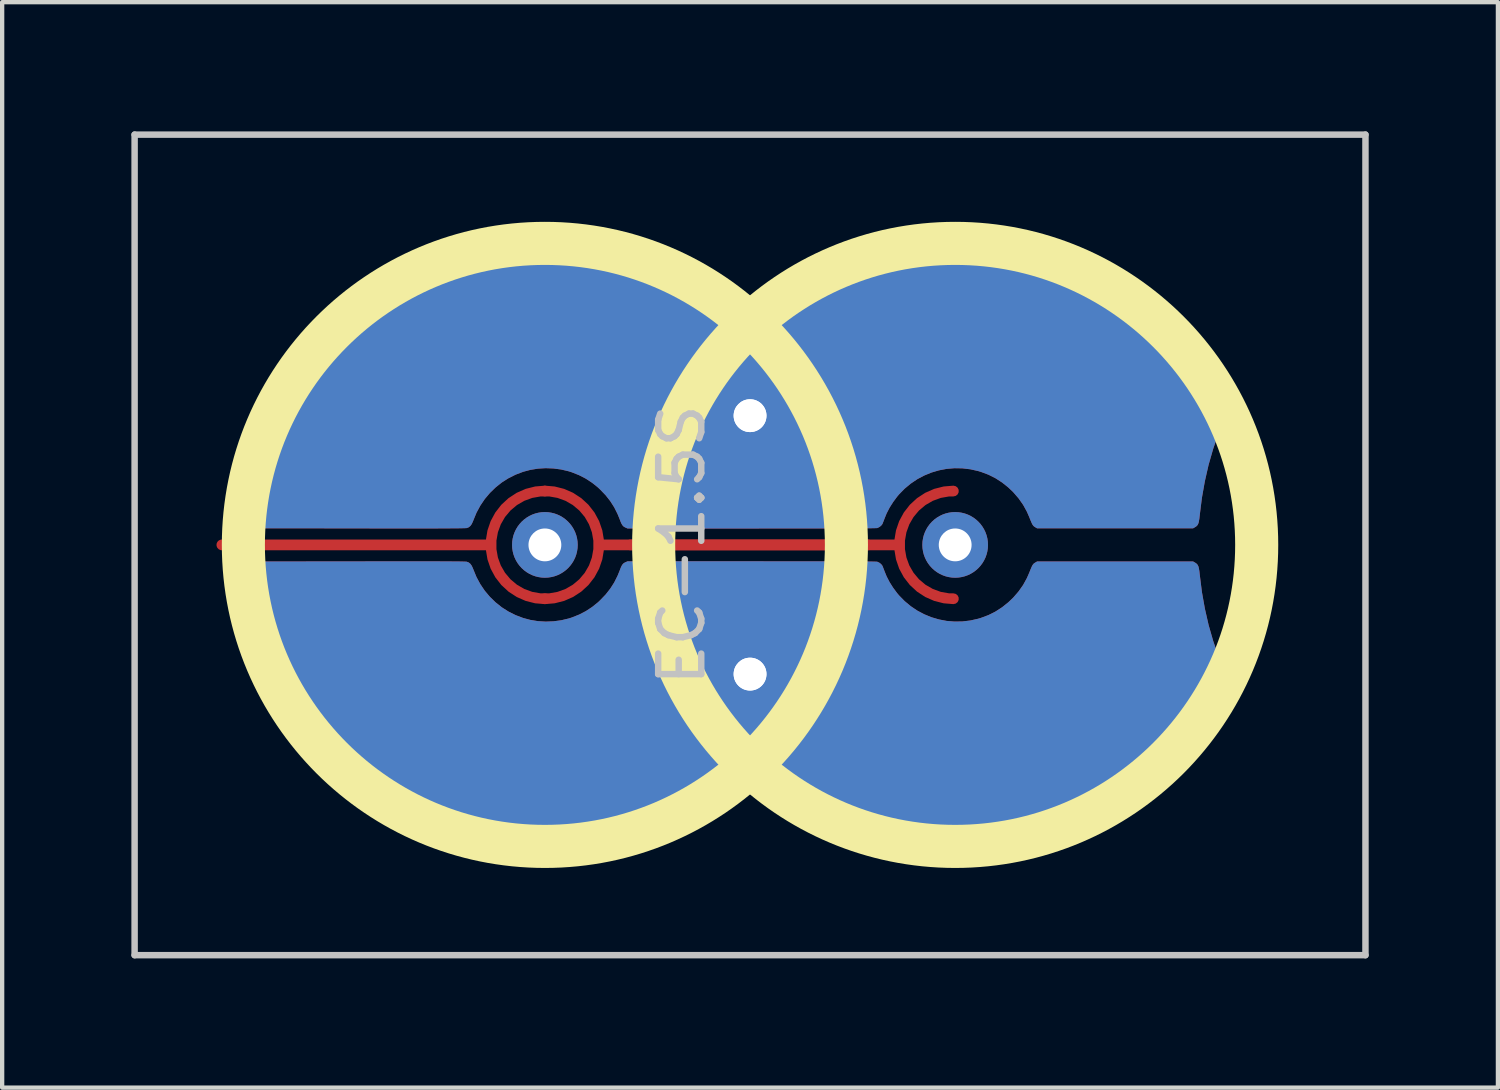
<source format=kicad_pcb>
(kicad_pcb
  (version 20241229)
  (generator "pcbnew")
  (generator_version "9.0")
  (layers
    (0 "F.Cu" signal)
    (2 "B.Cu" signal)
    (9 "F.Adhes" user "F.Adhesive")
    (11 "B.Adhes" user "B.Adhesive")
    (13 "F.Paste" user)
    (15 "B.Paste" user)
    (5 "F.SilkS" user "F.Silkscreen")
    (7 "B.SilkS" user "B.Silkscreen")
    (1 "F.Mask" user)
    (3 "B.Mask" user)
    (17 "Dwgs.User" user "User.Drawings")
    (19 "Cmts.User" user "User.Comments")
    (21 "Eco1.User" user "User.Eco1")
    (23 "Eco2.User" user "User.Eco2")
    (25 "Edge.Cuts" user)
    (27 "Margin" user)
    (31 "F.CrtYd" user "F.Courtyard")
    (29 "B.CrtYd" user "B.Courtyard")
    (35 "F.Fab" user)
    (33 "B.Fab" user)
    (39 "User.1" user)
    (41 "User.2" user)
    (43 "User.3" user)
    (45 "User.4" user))
  (footprint "EC-1.5S"
    (layer "F.Cu")
    (at 9.6 9.6)
    (property "Reference" "EC-1.5S" (at 3.175 0 90) (layer "Dwgs.User") (effects (font (size 1 1) (thickness 0.15))))
    (attr through_hole)
    (fp_circle (center 0 0) (end 7 0) (stroke (width 1) (type solid)) (fill no) (layer "F.SilkS"))
    (fp_circle (center 9.525 0) (end 16.525 0) (stroke (width 1) (type solid)) (fill no) (layer "F.SilkS"))
    (fp_line (start -9.525 -9.525) (end 19.05 -9.525) (stroke (width 0.15) (type solid)) (layer "Dwgs.User"))
    (fp_line (start -9.525 9.525) (end -9.525 -9.525) (stroke (width 0.15) (type solid)) (layer "Dwgs.User"))
    (fp_line (start 19.05 -9.525) (end 19.05 9.525) (stroke (width 0.15) (type solid)) (layer "Dwgs.User"))
    (fp_line (start 19.05 9.525) (end -9.525 9.525) (stroke (width 0.15) (type solid)) (layer "Dwgs.User"))
    (pad "" thru_hole circle (at 0 0 90) (size 1.524 1.524) (drill 0.762) (layers "*.Cu" "B.Mask"))
    (pad "" thru_hole circle (at 9.525 0 90) (size 1.524 1.524) (drill 0.762) (layers "*.Cu" "B.Mask"))
    (pad "1" thru_hole circle (at 4.763 -3 90) (size 1.524 1.524) (drill 0.762) (layers "*.Cu" "B.Mask"))
    (pad "1" thru_hole custom (at 4.763 -3) (size 1.524 1.524) (drill 0.762) (layers "F.Cu") (options (anchor circle)) (primitives (gr_poly (pts (xy 0.345 2.619) (xy 0.631 2.619) (xy 0.898 2.619) (xy 1.146 2.619) (xy 1.376 2.619) (xy 1.589 2.619) (xy 1.784 2.618) (xy 1.962 2.618) (xy 2.124 2.618) (xy 2.27 2.617) (xy 2.401 2.617) (xy 2.516 2.616) (xy 2.617 2.615) (xy 2.704 2.615) (xy 2.778 2.614) (xy 2.838 2.613) (xy 2.885 2.612) (xy 2.92 2.611) (xy 2.943 2.61) (xy 2.955 2.609) (xy 2.956 2.608) (xy 3.002 2.586) (xy 3.042 2.555) (xy 3.07 2.52) (xy 3.071 2.519) (xy 3.081 2.496) (xy 3.095 2.46) (xy 3.111 2.419) (xy 3.117 2.402) (xy 3.17 2.271) (xy 3.239 2.137) (xy 3.321 2.007) (xy 3.412 1.884) (xy 3.458 1.829) (xy 3.589 1.695) (xy 3.731 1.577) (xy 3.884 1.474) (xy 4.045 1.389) (xy 4.213 1.32) (xy 4.387 1.269) (xy 4.565 1.235) (xy 4.747 1.22) (xy 4.93 1.223) (xy 5.114 1.245) (xy 5.296 1.286) (xy 5.362 1.306) (xy 5.535 1.371) (xy 5.698 1.453) (xy 5.851 1.552) (xy 5.996 1.668) (xy 6.108 1.775) (xy 6.232 1.918) (xy 6.339 2.07) (xy 6.427 2.23) (xy 6.483 2.359) (xy 6.509 2.425) (xy 6.531 2.476) (xy 6.548 2.514) (xy 6.565 2.541) (xy 6.581 2.561) (xy 6.599 2.576) (xy 6.616 2.587) (xy 6.663 2.615) (xy 10.286 2.615) (xy 10.329 2.59) (xy 10.357 2.572) (xy 10.38 2.551) (xy 10.397 2.526) (xy 10.411 2.493) (xy 10.421 2.449) (xy 10.431 2.391) (xy 10.439 2.318) (xy 10.442 2.292) (xy 10.491 1.902) (xy 10.559 1.52) (xy 10.645 1.143) (xy 10.751 0.774) (xy 10.875 0.412) (xy 10.977 0.153) (xy 11.007 0.078) (xy 11.031 0.02) (xy 11.047 -0.027) (xy 11.056 -0.065) (xy 11.058 -0.097) (xy 11.055 -0.127) (xy 11.045 -0.157) (xy 11.029 -0.191) (xy 11.01 -0.229) (xy 10.83 -0.552) (xy 10.634 -0.864) (xy 10.422 -1.164) (xy 10.195 -1.453) (xy 9.954 -1.728) (xy 9.698 -1.991) (xy 9.43 -2.239) (xy 9.148 -2.474) (xy 8.855 -2.694) (xy 8.549 -2.898) (xy 8.234 -3.086) (xy 7.907 -3.259) (xy 7.572 -3.414) (xy 7.227 -3.551) (xy 7.098 -3.598) (xy 6.783 -3.699) (xy 6.464 -3.784) (xy 6.139 -3.855) (xy 5.807 -3.91) (xy 5.463 -3.952) (xy 5.297 -3.967) (xy 5.229 -3.971) (xy 5.144 -3.974) (xy 5.048 -3.977) (xy 4.943 -3.978) (xy 4.833 -3.979) (xy 4.722 -3.979) (xy 4.614 -3.977) (xy 4.514 -3.975) (xy 4.423 -3.972) (xy 4.348 -3.969) (xy 4.326 -3.967) (xy 3.945 -3.929) (xy 3.57 -3.871) (xy 3.202 -3.795) (xy 2.841 -3.7) (xy 2.487 -3.586) (xy 2.14 -3.454) (xy 1.8 -3.303) (xy 1.469 -3.134) (xy 1.145 -2.947) (xy 0.829 -2.741) (xy 0.688 -2.641) (xy 0.63 -2.598) (xy 0.562 -2.546) (xy 0.489 -2.489) (xy 0.416 -2.431) (xy 0.345 -2.374) (xy 0.283 -2.322) (xy 0.233 -2.28) (xy 0.177 -2.235) (xy 0.129 -2.205) (xy 0.084 -2.189) (xy 0.042 -2.184) (xy 0.015 -2.186) (xy -0.011 -2.192) (xy -0.038 -2.204) (xy -0.071 -2.224) (xy -0.11 -2.253) (xy -0.16 -2.293) (xy -0.198 -2.325) (xy -0.49 -2.559) (xy -0.793 -2.776) (xy -1.105 -2.976) (xy -1.426 -3.158) (xy -1.755 -3.323) (xy -2.092 -3.47) (xy -2.435 -3.599) (xy -2.785 -3.71) (xy -3.14 -3.803) (xy -3.5 -3.876) (xy -3.864 -3.931) (xy -4.231 -3.966) (xy -4.601 -3.982) (xy -4.973 -3.979) (xy -5.064 -3.975) (xy -5.435 -3.946) (xy -5.803 -3.899) (xy -6.165 -3.832) (xy -6.522 -3.747) (xy -6.872 -3.644) (xy -7.216 -3.522) (xy -7.553 -3.383) (xy -7.882 -3.228) (xy -8.201 -3.055) (xy -8.512 -2.866) (xy -8.813 -2.661) (xy -9.102 -2.44) (xy -9.381 -2.204) (xy -9.648 -1.953) (xy -9.902 -1.687) (xy -10.143 -1.408) (xy -10.37 -1.114) (xy -10.552 -0.853) (xy -10.749 -0.539) (xy -10.929 -0.215) (xy -11.091 0.118) (xy -11.235 0.46) (xy -11.362 0.809) (xy -11.469 1.165) (xy -11.559 1.529) (xy -11.629 1.898) (xy -11.667 2.154) (xy -11.678 2.244) (xy -11.685 2.316) (xy -11.689 2.373) (xy -11.69 2.419) (xy -11.687 2.455) (xy -11.681 2.484) (xy -11.671 2.508) (xy -11.665 2.52) (xy -11.631 2.562) (xy -11.595 2.59) (xy -11.551 2.615) (xy -9.084 2.617) (xy -8.809 2.618) (xy -8.553 2.618) (xy -8.315 2.618) (xy -8.096 2.618) (xy -7.894 2.618) (xy -7.71 2.618) (xy -7.541 2.618) (xy -7.389 2.618) (xy -7.252 2.618) (xy -7.129 2.617) (xy -7.021 2.617) (xy -6.925 2.616) (xy -6.843 2.615) (xy -6.773 2.615) (xy -6.714 2.614) (xy -6.666 2.613) (xy -6.629 2.612) (xy -6.602 2.611) (xy -6.583 2.61) (xy -6.573 2.608) (xy -6.573 2.608) (xy -6.529 2.59) (xy -6.492 2.559) (xy -6.46 2.514) (xy -6.432 2.452) (xy -6.423 2.429) (xy -6.351 2.254) (xy -6.262 2.089) (xy -6.158 1.935) (xy -6.039 1.794) (xy -5.907 1.666) (xy -5.763 1.551) (xy -5.607 1.452) (xy -5.441 1.369) (xy -5.267 1.303) (xy -5.102 1.259) (xy -4.926 1.23) (xy -4.746 1.219) (xy -4.564 1.226) (xy -4.385 1.25) (xy -4.212 1.291) (xy -4.14 1.314) (xy -3.969 1.382) (xy -3.812 1.463) (xy -3.666 1.559) (xy -3.528 1.67) (xy -3.479 1.717) (xy -3.353 1.848) (xy -3.246 1.984) (xy -3.154 2.128) (xy -3.076 2.284) (xy -3.029 2.399) (xy -3.006 2.461) (xy -2.986 2.506) (xy -2.967 2.538) (xy -2.948 2.562) (xy -2.926 2.58) (xy -2.898 2.595) (xy -2.896 2.596) (xy -2.844 2.619) (xy 0.039 2.62) (xy 0.345 2.619)) (width 0) (fill yes))))
    (pad "2" thru_hole circle (at 4.763 3 90) (size 1.524 1.524) (drill 0.762) (layers "*.Cu" "B.Mask"))
    (pad "2" thru_hole custom (at 4.763 3) (size 1.524 1.524) (drill 0.762) (layers "F.Cu") (options (anchor circle)) (primitives (gr_poly (pts (xy 0.345 -2.619) (xy 0.631 -2.619) (xy 0.898 -2.619) (xy 1.146 -2.619) (xy 1.376 -2.619) (xy 1.589 -2.619) (xy 1.784 -2.618) (xy 1.962 -2.618) (xy 2.124 -2.618) (xy 2.27 -2.617) (xy 2.401 -2.617) (xy 2.516 -2.616) (xy 2.617 -2.615) (xy 2.704 -2.615) (xy 2.778 -2.614) (xy 2.838 -2.613) (xy 2.885 -2.612) (xy 2.92 -2.611) (xy 2.943 -2.61) (xy 2.955 -2.609) (xy 2.956 -2.608) (xy 3.002 -2.586) (xy 3.042 -2.555) (xy 3.07 -2.52) (xy 3.071 -2.519) (xy 3.081 -2.496) (xy 3.095 -2.46) (xy 3.111 -2.419) (xy 3.117 -2.402) (xy 3.17 -2.271) (xy 3.239 -2.137) (xy 3.321 -2.007) (xy 3.412 -1.884) (xy 3.458 -1.829) (xy 3.589 -1.695) (xy 3.731 -1.577) (xy 3.884 -1.474) (xy 4.045 -1.389) (xy 4.213 -1.32) (xy 4.387 -1.269) (xy 4.565 -1.235) (xy 4.747 -1.22) (xy 4.93 -1.223) (xy 5.114 -1.245) (xy 5.296 -1.286) (xy 5.362 -1.306) (xy 5.535 -1.371) (xy 5.698 -1.453) (xy 5.851 -1.552) (xy 5.996 -1.668) (xy 6.108 -1.775) (xy 6.232 -1.918) (xy 6.339 -2.07) (xy 6.427 -2.23) (xy 6.483 -2.359) (xy 6.509 -2.425) (xy 6.531 -2.476) (xy 6.548 -2.514) (xy 6.565 -2.541) (xy 6.581 -2.561) (xy 6.599 -2.576) (xy 6.616 -2.587) (xy 6.663 -2.615) (xy 10.286 -2.615) (xy 10.329 -2.59) (xy 10.357 -2.572) (xy 10.38 -2.551) (xy 10.397 -2.526) (xy 10.411 -2.493) (xy 10.421 -2.449) (xy 10.431 -2.391) (xy 10.439 -2.318) (xy 10.442 -2.292) (xy 10.491 -1.902) (xy 10.559 -1.52) (xy 10.645 -1.143) (xy 10.751 -0.774) (xy 10.875 -0.412) (xy 10.977 -0.153) (xy 11.007 -0.078) (xy 11.031 -0.02) (xy 11.047 0.027) (xy 11.056 0.065) (xy 11.058 0.097) (xy 11.055 0.127) (xy 11.045 0.157) (xy 11.029 0.191) (xy 11.01 0.229) (xy 10.83 0.552) (xy 10.634 0.864) (xy 10.422 1.164) (xy 10.195 1.453) (xy 9.954 1.728) (xy 9.698 1.991) (xy 9.43 2.239) (xy 9.148 2.474) (xy 8.855 2.694) (xy 8.549 2.898) (xy 8.234 3.086) (xy 7.907 3.259) (xy 7.572 3.414) (xy 7.227 3.551) (xy 7.098 3.598) (xy 6.783 3.699) (xy 6.464 3.784) (xy 6.139 3.855) (xy 5.807 3.91) (xy 5.463 3.952) (xy 5.297 3.967) (xy 5.229 3.971) (xy 5.144 3.974) (xy 5.048 3.977) (xy 4.943 3.978) (xy 4.833 3.979) (xy 4.722 3.979) (xy 4.614 3.977) (xy 4.514 3.975) (xy 4.423 3.972) (xy 4.348 3.969) (xy 4.326 3.967) (xy 3.945 3.929) (xy 3.57 3.871) (xy 3.202 3.795) (xy 2.841 3.7) (xy 2.487 3.586) (xy 2.14 3.454) (xy 1.8 3.303) (xy 1.469 3.134) (xy 1.145 2.947) (xy 0.829 2.741) (xy 0.688 2.641) (xy 0.63 2.598) (xy 0.562 2.546) (xy 0.489 2.489) (xy 0.416 2.431) (xy 0.345 2.374) (xy 0.283 2.322) (xy 0.233 2.28) (xy 0.177 2.235) (xy 0.129 2.205) (xy 0.084 2.189) (xy 0.042 2.184) (xy 0.015 2.186) (xy -0.011 2.192) (xy -0.038 2.204) (xy -0.071 2.224) (xy -0.11 2.253) (xy -0.16 2.293) (xy -0.198 2.325) (xy -0.49 2.559) (xy -0.793 2.776) (xy -1.105 2.976) (xy -1.426 3.158) (xy -1.755 3.323) (xy -2.092 3.47) (xy -2.435 3.599) (xy -2.785 3.71) (xy -3.14 3.803) (xy -3.5 3.876) (xy -3.864 3.931) (xy -4.231 3.966) (xy -4.601 3.982) (xy -4.973 3.979) (xy -5.064 3.975) (xy -5.435 3.946) (xy -5.803 3.899) (xy -6.165 3.832) (xy -6.522 3.747) (xy -6.872 3.644) (xy -7.216 3.522) (xy -7.553 3.383) (xy -7.882 3.228) (xy -8.201 3.055) (xy -8.512 2.866) (xy -8.813 2.661) (xy -9.102 2.44) (xy -9.381 2.204) (xy -9.648 1.953) (xy -9.902 1.687) (xy -10.143 1.408) (xy -10.37 1.114) (xy -10.552 0.853) (xy -10.749 0.539) (xy -10.929 0.215) (xy -11.091 -0.118) (xy -11.235 -0.46) (xy -11.362 -0.809) (xy -11.469 -1.165) (xy -11.559 -1.529) (xy -11.629 -1.898) (xy -11.667 -2.154) (xy -11.678 -2.244) (xy -11.685 -2.316) (xy -11.689 -2.373) (xy -11.69 -2.419) (xy -11.687 -2.455) (xy -11.681 -2.484) (xy -11.671 -2.508) (xy -11.665 -2.52) (xy -11.631 -2.562) (xy -11.595 -2.59) (xy -11.551 -2.615) (xy -9.084 -2.617) (xy -8.809 -2.618) (xy -8.553 -2.618) (xy -8.315 -2.618) (xy -8.096 -2.618) (xy -7.894 -2.618) (xy -7.71 -2.618) (xy -7.541 -2.618) (xy -7.389 -2.618) (xy -7.252 -2.618) (xy -7.129 -2.617) (xy -7.021 -2.617) (xy -6.925 -2.616) (xy -6.843 -2.615) (xy -6.773 -2.615) (xy -6.714 -2.614) (xy -6.666 -2.613) (xy -6.629 -2.612) (xy -6.602 -2.611) (xy -6.583 -2.61) (xy -6.573 -2.608) (xy -6.573 -2.608) (xy -6.529 -2.59) (xy -6.492 -2.559) (xy -6.46 -2.514) (xy -6.432 -2.452) (xy -6.423 -2.429) (xy -6.351 -2.254) (xy -6.262 -2.089) (xy -6.158 -1.935) (xy -6.039 -1.794) (xy -5.907 -1.666) (xy -5.763 -1.551) (xy -5.607 -1.452) (xy -5.441 -1.369) (xy -5.267 -1.303) (xy -5.102 -1.259) (xy -4.926 -1.23) (xy -4.746 -1.219) (xy -4.564 -1.226) (xy -4.385 -1.25) (xy -4.212 -1.291) (xy -4.14 -1.314) (xy -3.969 -1.382) (xy -3.812 -1.463) (xy -3.666 -1.559) (xy -3.528 -1.67) (xy -3.479 -1.717) (xy -3.353 -1.848) (xy -3.246 -1.984) (xy -3.154 -2.128) (xy -3.076 -2.284) (xy -3.029 -2.399) (xy -3.006 -2.461) (xy -2.986 -2.506) (xy -2.967 -2.538) (xy -2.948 -2.562) (xy -2.926 -2.58) (xy -2.898 -2.595) (xy -2.896 -2.596) (xy -2.844 -2.619) (xy 0.039 -2.62) (xy 0.345 -2.619)) (width 0) (fill yes))))
    (pad "3" smd custom (at -7.5 0 90) (size 0.25 0.25) (layers "F.Cu") (options (anchor circle)) (primitives (gr_line (start 0 6.25) (end 0 0) (width 0.25)) (gr_arc (start -1.25 7.5) (mid 0 6.25) (end 1.25 7.5) (width 0.25))))
    (pad "3" smd custom (at 1.984 0 90) (size 0.25 0.25) (layers "F.Cu") (options (anchor circle)) (primitives (gr_line (start 0 6.25) (end 0 0) (width 0.25)) (gr_arc (start -1.25 7.5) (mid 0 6.25) (end 1.25 7.5) (width 0.25))))
    (pad "3" smd custom (at 7.5 0 270) (size 0.25 0.25) (layers "F.Cu") (options (anchor circle)) (primitives (gr_line (start 0 6.25) (end 0 0) (width 0.25)) (gr_arc (start -1.25 7.5) (mid 0 6.25) (end 1.25 7.5) (width 0.25)))))
  (gr_rect
    (start -3 -3)
    (end 31.725 22.2)
    (stroke (width 0.1) (type default))
    (fill no)
    (layer "Edge.Cuts")))
</source>
